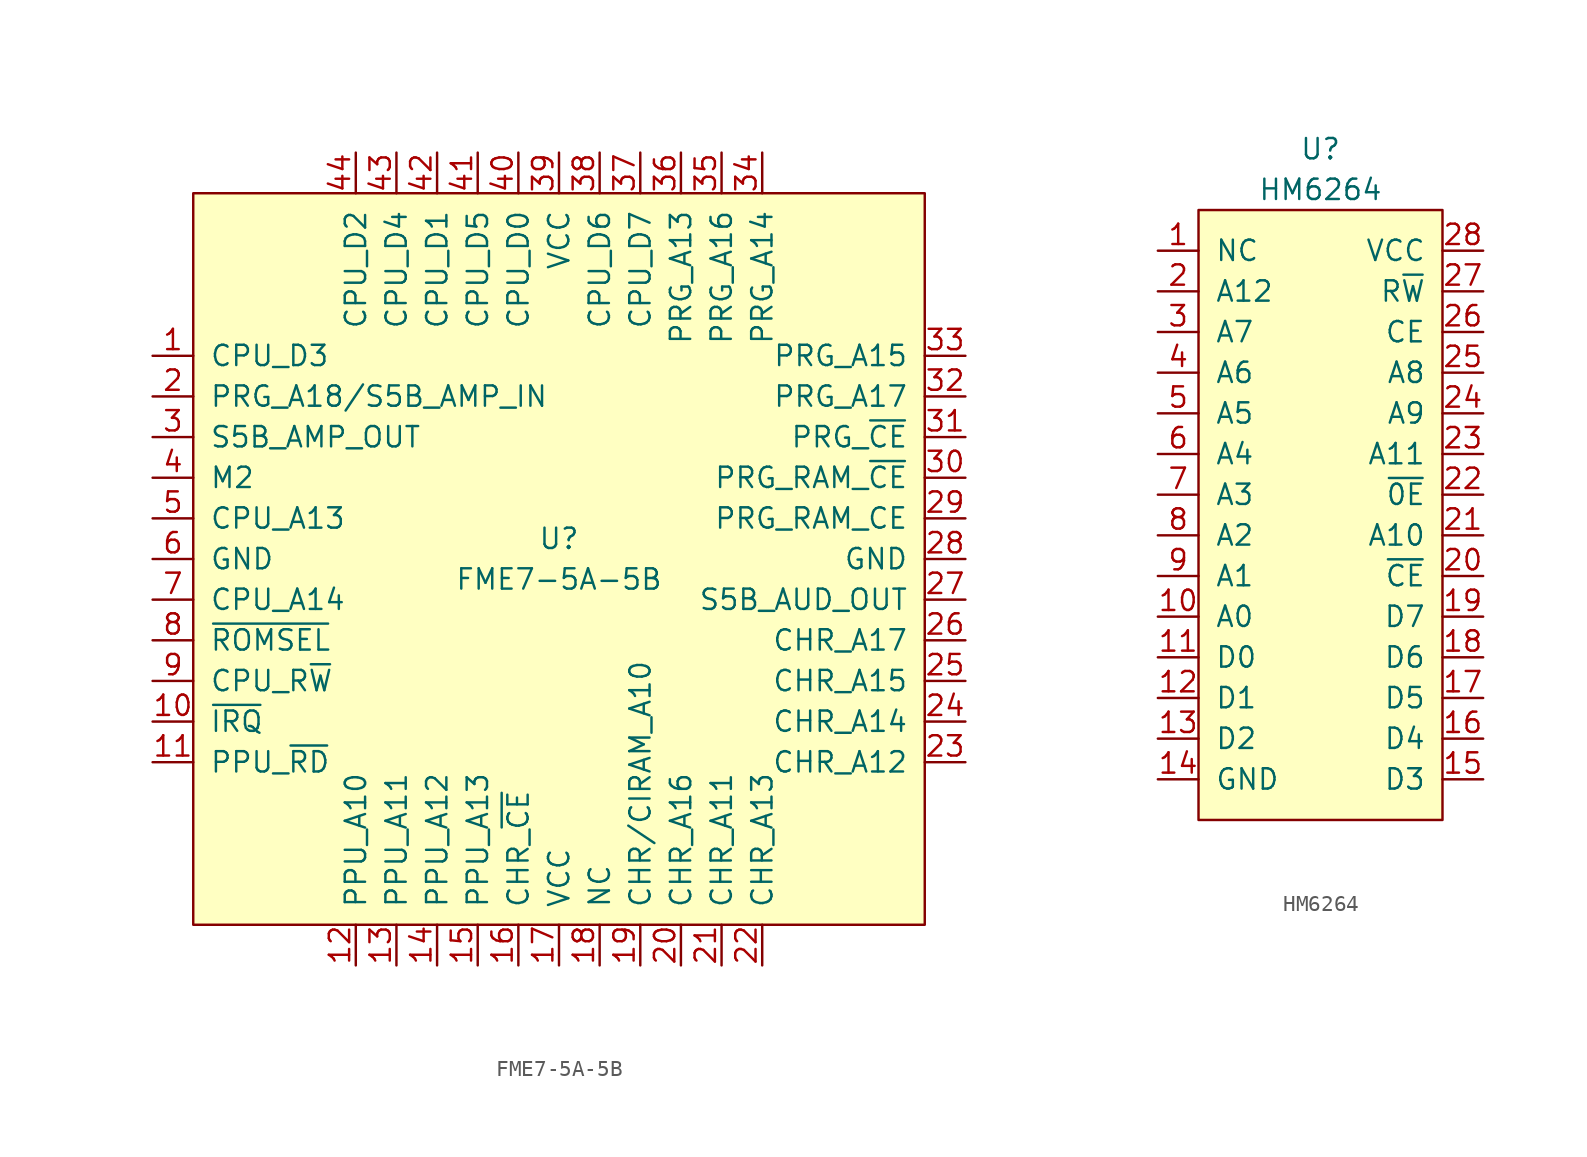
<source format=kicad_sym>
(kicad_symbol_lib
  (version 20211014)
  (generator kicad_symbol_editor)
  (symbol "FME7-5A-5B"
    (pin_names
      (offset 1.016))
    (property "Reference" "U"
      (at 0 1.27 0)
      (effects (font (size 1.27 1.27))))
    (property "Value" "FME7-5A-5B"
      (at 0 -1.27 0)
      (effects (font (size 1.27 1.27))))
    (symbol "FME7-5A-5B_0_1"
      (rectangle (start -22.86 22.86) (end 22.86 -22.86) (stroke (width 0) (type default) (color 0 0 0 0)) (fill (type background))))
    (symbol "FME7-5A-5B_1_1"
      (pin input line (at -25.4 12.7 0) (length 2.54) (name "CPU_D3" (effects (font (size 1.27 1.27)))) (number "1" (effects (font (size 1.27 1.27)))))
      (pin output line (at -25.4 -10.16 0) (length 2.54) (name "~{IRQ}" (effects (font (size 1.27 1.27)))) (number "10" (effects (font (size 1.27 1.27)))))
      (pin input line (at -25.4 -12.7 0) (length 2.54) (name "PPU_~{RD}" (effects (font (size 1.27 1.27)))) (number "11" (effects (font (size 1.27 1.27)))))
      (pin input line (at -12.7 -25.4 90) (length 2.54) (name "PPU_A10" (effects (font (size 1.27 1.27)))) (number "12" (effects (font (size 1.27 1.27)))))
      (pin input line (at -10.16 -25.4 90) (length 2.54) (name "PPU_A11" (effects (font (size 1.27 1.27)))) (number "13" (effects (font (size 1.27 1.27)))))
      (pin input line (at -7.62 -25.4 90) (length 2.54) (name "PPU_A12" (effects (font (size 1.27 1.27)))) (number "14" (effects (font (size 1.27 1.27)))))
      (pin input line (at -5.08 -25.4 90) (length 2.54) (name "PPU_A13" (effects (font (size 1.27 1.27)))) (number "15" (effects (font (size 1.27 1.27)))))
      (pin output line (at -2.54 -25.4 90) (length 2.54) (name "CHR_~{CE}" (effects (font (size 1.27 1.27)))) (number "16" (effects (font (size 1.27 1.27)))))
      (pin power_in line (at 0 -25.4 90) (length 2.54) (name "VCC" (effects (font (size 1.27 1.27)))) (number "17" (effects (font (size 1.27 1.27)))))
      (pin output line (at 2.54 -25.4 90) (length 2.54) (name "NC" (effects (font (size 1.27 1.27)))) (number "18" (effects (font (size 1.27 1.27)))))
      (pin output line (at 5.08 -25.4 90) (length 2.54) (name "CHR/CIRAM_A10" (effects (font (size 1.27 1.27)))) (number "19" (effects (font (size 1.27 1.27)))))
      (pin unspecified line (at -25.4 10.16 0) (length 2.54) (name "PRG_A18/S5B_AMP_IN" (effects (font (size 1.27 1.27)))) (number "2" (effects (font (size 1.27 1.27)))))
      (pin output line (at 7.62 -25.4 90) (length 2.54) (name "CHR_A16" (effects (font (size 1.27 1.27)))) (number "20" (effects (font (size 1.27 1.27)))))
      (pin output line (at 10.16 -25.4 90) (length 2.54) (name "CHR_A11" (effects (font (size 1.27 1.27)))) (number "21" (effects (font (size 1.27 1.27)))))
      (pin output line (at 12.7 -25.4 90) (length 2.54) (name "CHR_A13" (effects (font (size 1.27 1.27)))) (number "22" (effects (font (size 1.27 1.27)))))
      (pin output line (at 25.4 -12.7 180) (length 2.54) (name "CHR_A12" (effects (font (size 1.27 1.27)))) (number "23" (effects (font (size 1.27 1.27)))))
      (pin output line (at 25.4 -10.16 180) (length 2.54) (name "CHR_A14" (effects (font (size 1.27 1.27)))) (number "24" (effects (font (size 1.27 1.27)))))
      (pin output line (at 25.4 -7.62 180) (length 2.54) (name "CHR_A15" (effects (font (size 1.27 1.27)))) (number "25" (effects (font (size 1.27 1.27)))))
      (pin output line (at 25.4 -5.08 180) (length 2.54) (name "CHR_A17" (effects (font (size 1.27 1.27)))) (number "26" (effects (font (size 1.27 1.27)))))
      (pin unspecified line (at 25.4 -2.54 180) (length 2.54) (name "S5B_AUD_OUT" (effects (font (size 1.27 1.27)))) (number "27" (effects (font (size 1.27 1.27)))))
      (pin power_in line (at 25.4 0 180) (length 2.54) (name "GND" (effects (font (size 1.27 1.27)))) (number "28" (effects (font (size 1.27 1.27)))))
      (pin output line (at 25.4 2.54 180) (length 2.54) (name "PRG_RAM_CE" (effects (font (size 1.27 1.27)))) (number "29" (effects (font (size 1.27 1.27)))))
      (pin output line (at -25.4 7.62 0) (length 2.54) (name "S5B_AMP_OUT" (effects (font (size 1.27 1.27)))) (number "3" (effects (font (size 1.27 1.27)))))
      (pin output line (at 25.4 5.08 180) (length 2.54) (name "PRG_RAM_~{CE}" (effects (font (size 1.27 1.27)))) (number "30" (effects (font (size 1.27 1.27)))))
      (pin output line (at 25.4 7.62 180) (length 2.54) (name "PRG_~{CE}" (effects (font (size 1.27 1.27)))) (number "31" (effects (font (size 1.27 1.27)))))
      (pin output line (at 25.4 10.16 180) (length 2.54) (name "PRG_A17" (effects (font (size 1.27 1.27)))) (number "32" (effects (font (size 1.27 1.27)))))
      (pin output line (at 25.4 12.7 180) (length 2.54) (name "PRG_A15" (effects (font (size 1.27 1.27)))) (number "33" (effects (font (size 1.27 1.27)))))
      (pin output line (at 12.7 25.4 270) (length 2.54) (name "PRG_A14" (effects (font (size 1.27 1.27)))) (number "34" (effects (font (size 1.27 1.27)))))
      (pin output line (at 10.16 25.4 270) (length 2.54) (name "PRG_A16" (effects (font (size 1.27 1.27)))) (number "35" (effects (font (size 1.27 1.27)))))
      (pin output line (at 7.62 25.4 270) (length 2.54) (name "PRG_A13" (effects (font (size 1.27 1.27)))) (number "36" (effects (font (size 1.27 1.27)))))
      (pin input line (at 5.08 25.4 270) (length 2.54) (name "CPU_D7" (effects (font (size 1.27 1.27)))) (number "37" (effects (font (size 1.27 1.27)))))
      (pin input line (at 2.54 25.4 270) (length 2.54) (name "CPU_D6" (effects (font (size 1.27 1.27)))) (number "38" (effects (font (size 1.27 1.27)))))
      (pin power_in line (at 0 25.4 270) (length 2.54) (name "VCC" (effects (font (size 1.27 1.27)))) (number "39" (effects (font (size 1.27 1.27)))))
      (pin input line (at -25.4 5.08 0) (length 2.54) (name "M2" (effects (font (size 1.27 1.27)))) (number "4" (effects (font (size 1.27 1.27)))))
      (pin input line (at -2.54 25.4 270) (length 2.54) (name "CPU_D0" (effects (font (size 1.27 1.27)))) (number "40" (effects (font (size 1.27 1.27)))))
      (pin input line (at -5.08 25.4 270) (length 2.54) (name "CPU_D5" (effects (font (size 1.27 1.27)))) (number "41" (effects (font (size 1.27 1.27)))))
      (pin input line (at -7.62 25.4 270) (length 2.54) (name "CPU_D1" (effects (font (size 1.27 1.27)))) (number "42" (effects (font (size 1.27 1.27)))))
      (pin input line (at -10.16 25.4 270) (length 2.54) (name "CPU_D4" (effects (font (size 1.27 1.27)))) (number "43" (effects (font (size 1.27 1.27)))))
      (pin input line (at -12.7 25.4 270) (length 2.54) (name "CPU_D2" (effects (font (size 1.27 1.27)))) (number "44" (effects (font (size 1.27 1.27)))))
      (pin input line (at -25.4 2.54 0) (length 2.54) (name "CPU_A13" (effects (font (size 1.27 1.27)))) (number "5" (effects (font (size 1.27 1.27)))))
      (pin power_in line (at -25.4 0 0) (length 2.54) (name "GND" (effects (font (size 1.27 1.27)))) (number "6" (effects (font (size 1.27 1.27)))))
      (pin input line (at -25.4 -2.54 0) (length 2.54) (name "CPU_A14" (effects (font (size 1.27 1.27)))) (number "7" (effects (font (size 1.27 1.27)))))
      (pin input line (at -25.4 -5.08 0) (length 2.54) (name "~{ROMSEL}" (effects (font (size 1.27 1.27)))) (number "8" (effects (font (size 1.27 1.27)))))
      (pin input line (at -25.4 -7.62 0) (length 2.54) (name "CPU_R~{W}" (effects (font (size 1.27 1.27)))) (number "9" (effects (font (size 1.27 1.27)))))))
  (symbol "HM6264"
    (pin_names
      (offset 1.016))
    (property "Reference" "U"
      (at 0 22.86 0)
      (effects (font (size 1.27 1.27))))
    (property "Value" "HM6264"
      (at 0 20.32 0)
      (effects (font (size 1.27 1.27))))
    (symbol "HM6264_0_1"
      (rectangle (start -7.62 19.05) (end 7.62 -19.05) (stroke (width 0) (type default) (color 0 0 0 0)) (fill (type background))))
    (symbol "HM6264_1_1"
      (pin unspecified line (at -10.16 16.51 0) (length 2.54) (name "NC" (effects (font (size 1.27 1.27)))) (number "1" (effects (font (size 1.27 1.27)))))
      (pin input line (at -10.16 -6.35 0) (length 2.54) (name "A0" (effects (font (size 1.27 1.27)))) (number "10" (effects (font (size 1.27 1.27)))))
      (pin bidirectional line (at -10.16 -8.89 0) (length 2.54) (name "D0" (effects (font (size 1.27 1.27)))) (number "11" (effects (font (size 1.27 1.27)))))
      (pin bidirectional line (at -10.16 -11.43 0) (length 2.54) (name "D1" (effects (font (size 1.27 1.27)))) (number "12" (effects (font (size 1.27 1.27)))))
      (pin bidirectional line (at -10.16 -13.97 0) (length 2.54) (name "D2" (effects (font (size 1.27 1.27)))) (number "13" (effects (font (size 1.27 1.27)))))
      (pin power_in line (at -10.16 -16.51 0) (length 2.54) (name "GND" (effects (font (size 1.27 1.27)))) (number "14" (effects (font (size 1.27 1.27)))))
      (pin bidirectional line (at 10.16 -16.51 180) (length 2.54) (name "D3" (effects (font (size 1.27 1.27)))) (number "15" (effects (font (size 1.27 1.27)))))
      (pin bidirectional line (at 10.16 -13.97 180) (length 2.54) (name "D4" (effects (font (size 1.27 1.27)))) (number "16" (effects (font (size 1.27 1.27)))))
      (pin bidirectional line (at 10.16 -11.43 180) (length 2.54) (name "D5" (effects (font (size 1.27 1.27)))) (number "17" (effects (font (size 1.27 1.27)))))
      (pin bidirectional line (at 10.16 -8.89 180) (length 2.54) (name "D6" (effects (font (size 1.27 1.27)))) (number "18" (effects (font (size 1.27 1.27)))))
      (pin bidirectional line (at 10.16 -6.35 180) (length 2.54) (name "D7" (effects (font (size 1.27 1.27)))) (number "19" (effects (font (size 1.27 1.27)))))
      (pin input line (at -10.16 13.97 0) (length 2.54) (name "A12" (effects (font (size 1.27 1.27)))) (number "2" (effects (font (size 1.27 1.27)))))
      (pin output line (at 10.16 -3.81 180) (length 2.54) (name "~{CE}" (effects (font (size 1.27 1.27)))) (number "20" (effects (font (size 1.27 1.27)))))
      (pin input line (at 10.16 -1.27 180) (length 2.54) (name "A10" (effects (font (size 1.27 1.27)))) (number "21" (effects (font (size 1.27 1.27)))))
      (pin output line (at 10.16 1.27 180) (length 2.54) (name "~{0E}" (effects (font (size 1.27 1.27)))) (number "22" (effects (font (size 1.27 1.27)))))
      (pin input line (at 10.16 3.81 180) (length 2.54) (name "A11" (effects (font (size 1.27 1.27)))) (number "23" (effects (font (size 1.27 1.27)))))
      (pin input line (at 10.16 6.35 180) (length 2.54) (name "A9" (effects (font (size 1.27 1.27)))) (number "24" (effects (font (size 1.27 1.27)))))
      (pin input line (at 10.16 8.89 180) (length 2.54) (name "A8" (effects (font (size 1.27 1.27)))) (number "25" (effects (font (size 1.27 1.27)))))
      (pin input line (at 10.16 11.43 180) (length 2.54) (name "CE" (effects (font (size 1.27 1.27)))) (number "26" (effects (font (size 1.27 1.27)))))
      (pin input line (at 10.16 13.97 180) (length 2.54) (name "R~{W}" (effects (font (size 1.27 1.27)))) (number "27" (effects (font (size 1.27 1.27)))))
      (pin power_in line (at 10.16 16.51 180) (length 2.54) (name "VCC" (effects (font (size 1.27 1.27)))) (number "28" (effects (font (size 1.27 1.27)))))
      (pin input line (at -10.16 11.43 0) (length 2.54) (name "A7" (effects (font (size 1.27 1.27)))) (number "3" (effects (font (size 1.27 1.27)))))
      (pin input line (at -10.16 8.89 0) (length 2.54) (name "A6" (effects (font (size 1.27 1.27)))) (number "4" (effects (font (size 1.27 1.27)))))
      (pin input line (at -10.16 6.35 0) (length 2.54) (name "A5" (effects (font (size 1.27 1.27)))) (number "5" (effects (font (size 1.27 1.27)))))
      (pin input line (at -10.16 3.81 0) (length 2.54) (name "A4" (effects (font (size 1.27 1.27)))) (number "6" (effects (font (size 1.27 1.27)))))
      (pin input line (at -10.16 1.27 0) (length 2.54) (name "A3" (effects (font (size 1.27 1.27)))) (number "7" (effects (font (size 1.27 1.27)))))
      (pin input line (at -10.16 -1.27 0) (length 2.54) (name "A2" (effects (font (size 1.27 1.27)))) (number "8" (effects (font (size 1.27 1.27)))))
      (pin input line (at -10.16 -3.81 0) (length 2.54) (name "A1" (effects (font (size 1.27 1.27)))) (number "9" (effects (font (size 1.27 1.27))))))))
</source>
